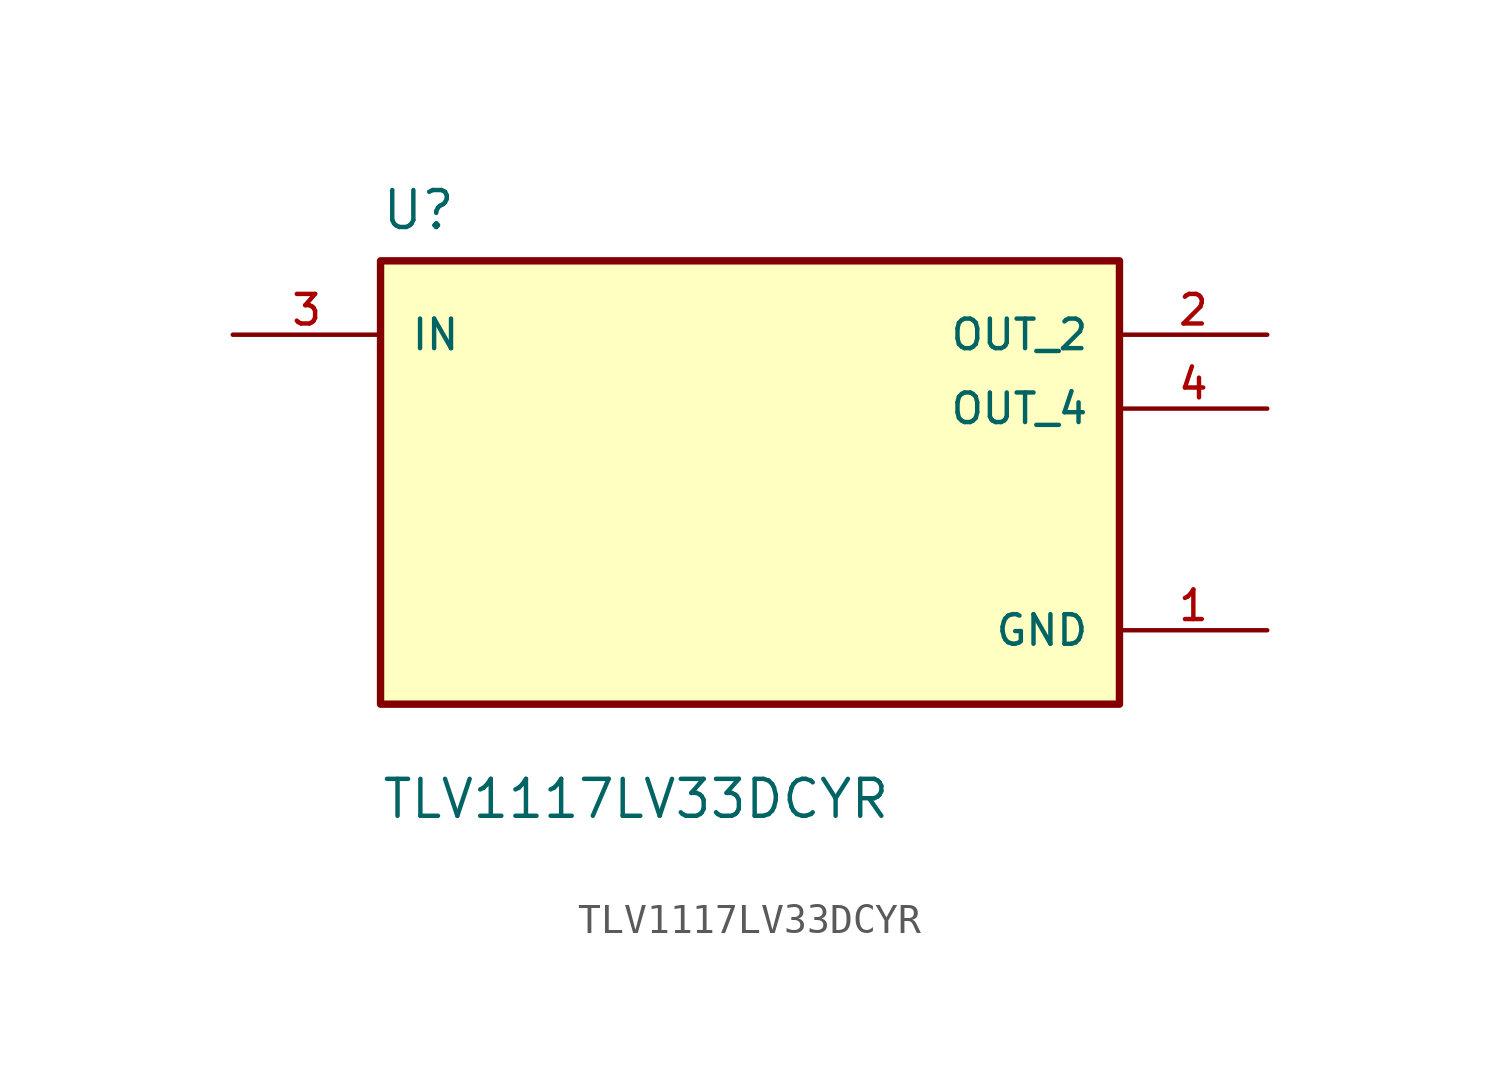
<source format=kicad_sym>
(kicad_symbol_lib
  (version 20231120)
  (generator "kicad_symbol_editor")
  (generator_version "8.0")
  (symbol "TLV1117LV33DCYR"
    (pin_names
      (offset 1.016))
    (property "Reference" "U"
      (at -12.7 8.62 0)
      (effects (font (size 1.27 1.27)) (justify left bottom)))
    (property "Value" "TLV1117LV33DCYR"
      (at -12.7 -11.62 0)
      (effects (font (size 1.27 1.27)) (justify left bottom)))
    (symbol "TLV1117LV33DCYR_0_0"
      (rectangle (start -12.7 7.62) (end 12.7 -7.62) (stroke (width 0.254) (type default)) (fill (type background)))
      (pin power_in line (at 17.78 -5.08 180) (length 5.08) (name "GND" (effects (font (size 1.016 1.016)))) (number "1" (effects (font (size 1.016 1.016)))))
      (pin output line (at 17.78 5.08 180) (length 5.08) (name "OUT_2" (effects (font (size 1.016 1.016)))) (number "2" (effects (font (size 1.016 1.016)))))
      (pin input line (at -17.78 5.08 0) (length 5.08) (name "IN" (effects (font (size 1.016 1.016)))) (number "3" (effects (font (size 1.016 1.016)))))
      (pin output line (at 17.78 2.54 180) (length 5.08) (name "OUT_4" (effects (font (size 1.016 1.016)))) (number "4" (effects (font (size 1.016 1.016))))))))
</source>
